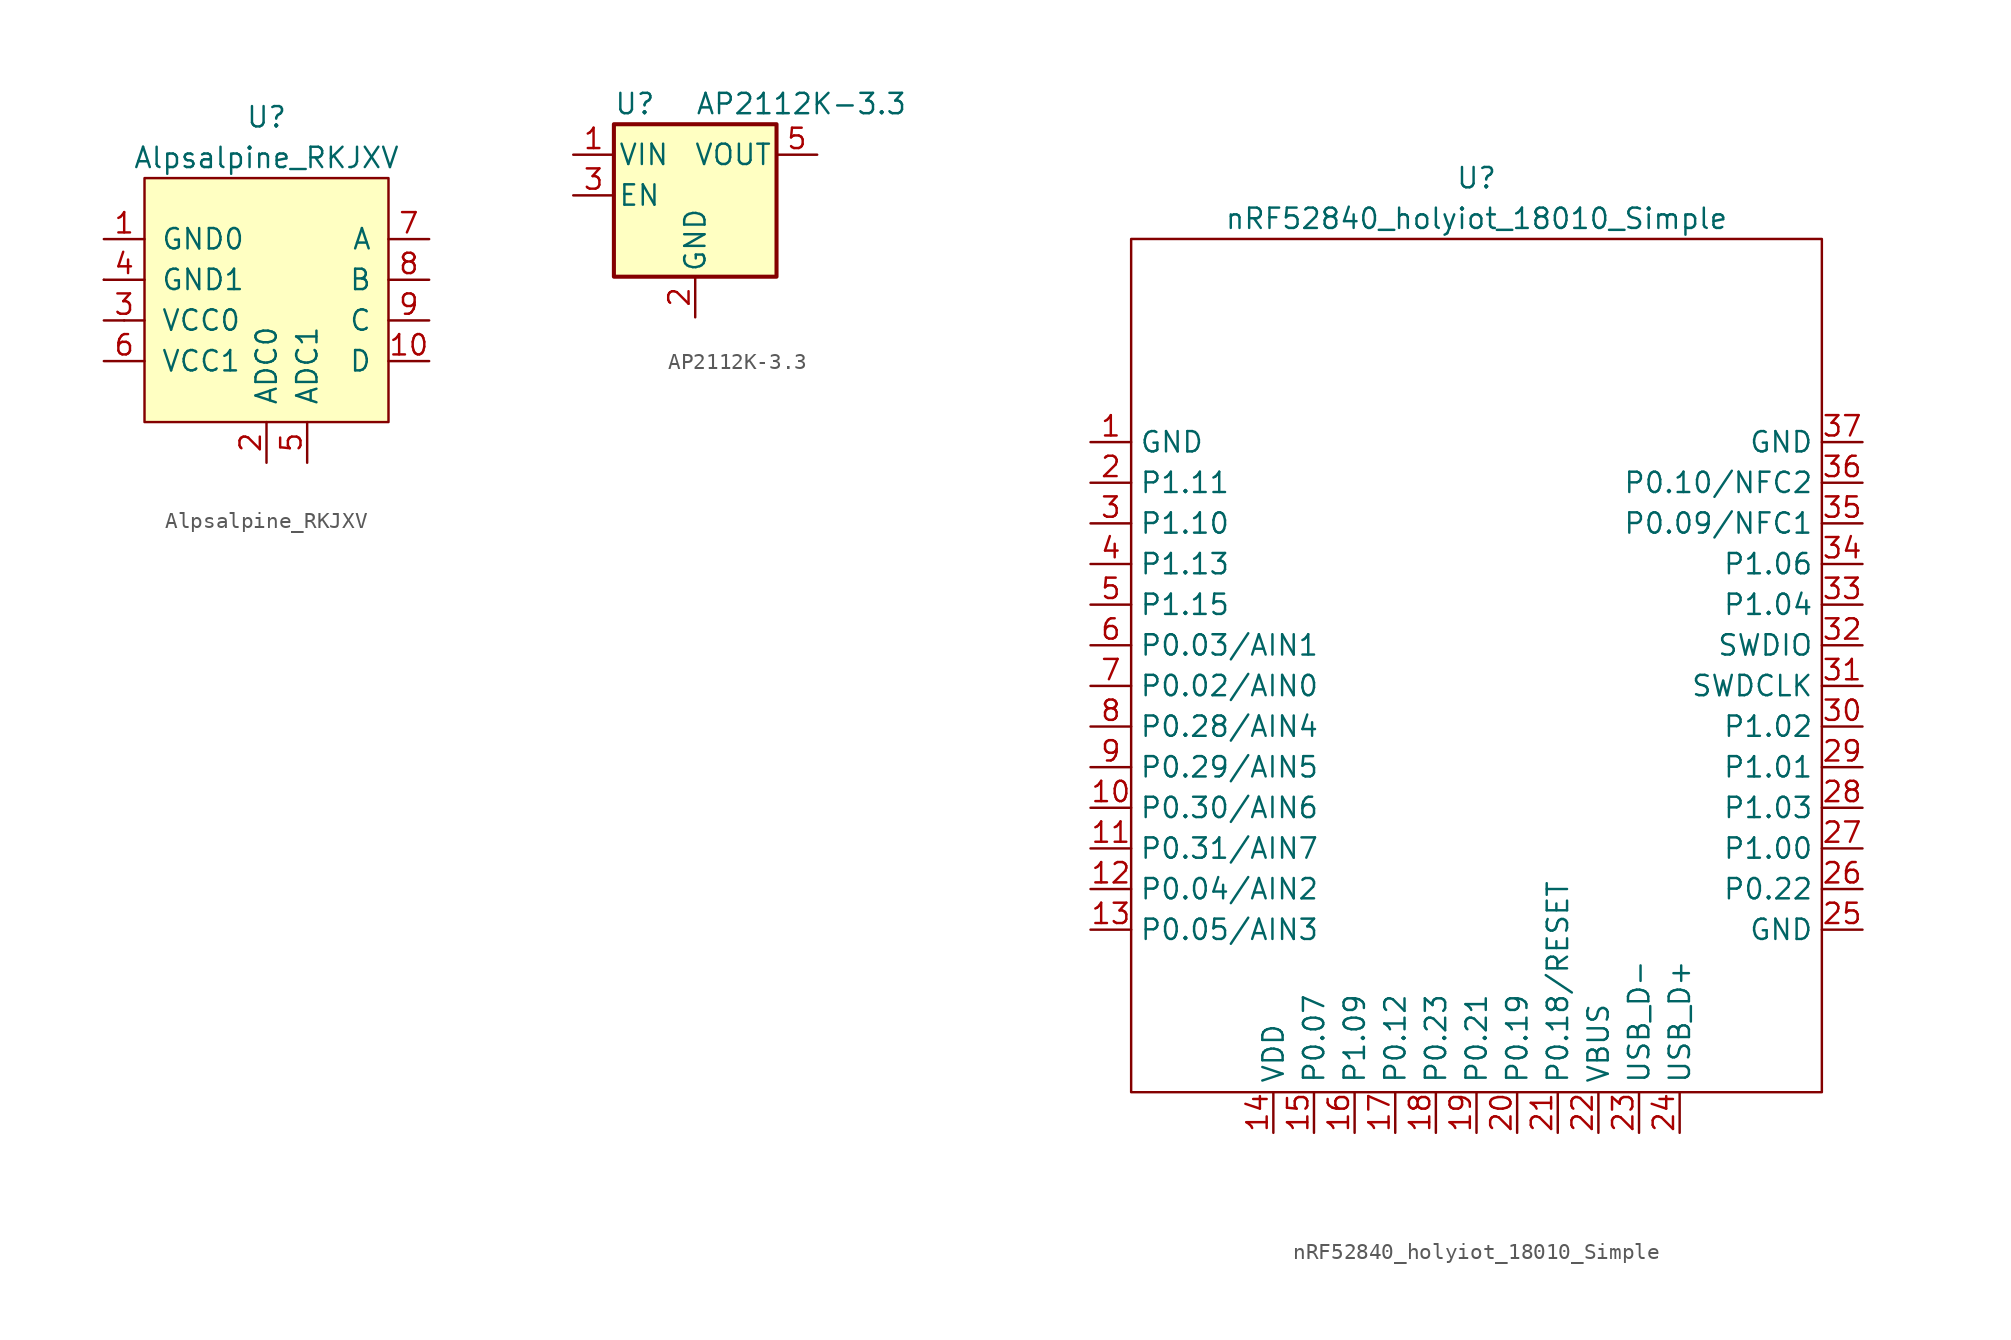
<source format=kicad_sym>
(kicad_symbol_lib
  (version 20241209)
  (generator "kicad_symbol_editor")
  (generator_version "9.0")
  (symbol "Alpsalpine_RKJXV"
    (pin_names
      (offset 1.016))
    (property "Reference" "U"
      (at 0 11.43 0)
      (effects (font (size 1.27 1.27))))
    (property "Value" "Alpsalpine_RKJXV"
      (at 0 8.89 0)
      (effects (font (size 1.27 1.27))))
    (symbol "Alpsalpine_RKJXV_0_0"
      (rectangle (start -7.62 7.62) (end 7.62 -7.62) (stroke (width 0) (type default)) (fill (type background))))
    (symbol "Alpsalpine_RKJXV_0_1"
      (polyline (pts (xy -10.16 1.27) (xy -10.16 1.27)) (stroke (width 0) (type default)) (fill (type none)))
      (polyline (pts (xy -8.89 -1.27) (xy -8.89 -1.27)) (stroke (width 0) (type default)) (fill (type none))))
    (symbol "Alpsalpine_RKJXV_1_1"
      (pin input line (at -10.16 3.81 0) (length 2.54) (name "GND0" (effects (font (size 1.27 1.27)))) (number "1" (effects (font (size 1.27 1.27)))))
      (pin input line (at -10.16 1.27 0) (length 2.54) (name "GND1" (effects (font (size 1.27 1.27)))) (number "4" (effects (font (size 1.27 1.27)))))
      (pin input line (at -10.16 -1.27 0) (length 2.54) (name "VCC0" (effects (font (size 1.27 1.27)))) (number "3" (effects (font (size 1.27 1.27)))))
      (pin input line (at -10.16 -3.81 0) (length 2.54) (name "VCC1" (effects (font (size 1.27 1.27)))) (number "6" (effects (font (size 1.27 1.27)))))
      (pin output line (at 0 -10.16 90) (length 2.54) (name "ADC0" (effects (font (size 1.27 1.27)))) (number "2" (effects (font (size 1.27 1.27)))))
      (pin output line (at 2.54 -10.16 90) (length 2.54) (name "ADC1" (effects (font (size 1.27 1.27)))) (number "5" (effects (font (size 1.27 1.27)))))
      (pin input line (at 10.16 3.81 180) (length 2.54) (name "A" (effects (font (size 1.27 1.27)))) (number "7" (effects (font (size 1.27 1.27)))))
      (pin input line (at 10.16 1.27 180) (length 2.54) (name "B" (effects (font (size 1.27 1.27)))) (number "8" (effects (font (size 1.27 1.27)))))
      (pin input line (at 10.16 -1.27 180) (length 2.54) (name "C" (effects (font (size 1.27 1.27)))) (number "9" (effects (font (size 1.27 1.27)))))
      (pin input line (at 10.16 -3.81 180) (length 2.54) (name "D" (effects (font (size 1.27 1.27)))) (number "10" (effects (font (size 1.27 1.27)))))))
  (symbol "AP2112K-3.3"
    (pin_names
      (offset 0.254))
    (property "Reference" "U"
      (at -5.08 5.715 0)
      (effects (font (size 1.27 1.27)) (justify left)))
    (property "Value" "AP2112K-3.3"
      (at 0 5.715 0)
      (effects (font (size 1.27 1.27)) (justify left)))
    (symbol "AP2112K-3.3_0_1"
      (rectangle (start -5.08 4.445) (end 5.08 -5.08) (stroke (width 0.254) (type default)) (fill (type background))))
    (symbol "AP2112K-3.3_1_1"
      (pin power_in line (at -7.62 2.54 0) (length 2.54) (name "VIN" (effects (font (size 1.27 1.27)))) (number "1" (effects (font (size 1.27 1.27)))))
      (pin input line (at -7.62 0 0) (length 2.54) (name "EN" (effects (font (size 1.27 1.27)))) (number "3" (effects (font (size 1.27 1.27)))))
      (pin power_in line (at 0 -7.62 90) (length 2.54) (name "GND" (effects (font (size 1.27 1.27)))) (number "2" (effects (font (size 1.27 1.27)))))
      (pin no_connect line (at 5.08 0 180) (length 2.54) (hide yes) (name "NC" (effects (font (size 1.27 1.27)))) (number "4" (effects (font (size 1.27 1.27)))))
      (pin power_out line (at 7.62 2.54 180) (length 2.54) (name "VOUT" (effects (font (size 1.27 1.27)))) (number "5" (effects (font (size 1.27 1.27)))))))
  (symbol "nRF52840_holyiot_18010_Simple"
    (property "Reference" "U"
      (at 0 31.75 0)
      (effects (font (size 1.27 1.27))))
    (property "Value" "nRF52840_holyiot_18010_Simple"
      (at 0 29.21 0)
      (effects (font (size 1.27 1.27))))
    (symbol "nRF52840_holyiot_18010_Simple_0_1"
      (rectangle (start -21.59 27.94) (end 21.59 -25.4) (stroke (width 0) (type default)) (fill (type none))))
    (symbol "nRF52840_holyiot_18010_Simple_1_1"
      (pin power_in line (at -24.13 15.24 0) (length 2.54) (name "GND" (effects (font (size 1.27 1.27)))) (number "1" (effects (font (size 1.27 1.27)))))
      (pin input line (at -24.13 12.7 0) (length 2.54) (name "P1.11" (effects (font (size 1.27 1.27)))) (number "2" (effects (font (size 1.27 1.27)))))
      (pin input line (at -24.13 10.16 0) (length 2.54) (name "P1.10" (effects (font (size 1.27 1.27)))) (number "3" (effects (font (size 1.27 1.27)))))
      (pin input line (at -24.13 7.62 0) (length 2.54) (name "P1.13" (effects (font (size 1.27 1.27)))) (number "4" (effects (font (size 1.27 1.27)))))
      (pin input line (at -24.13 5.08 0) (length 2.54) (name "P1.15" (effects (font (size 1.27 1.27)))) (number "5" (effects (font (size 1.27 1.27)))))
      (pin input line (at -24.13 2.54 0) (length 2.54) (name "P0.03/AIN1" (effects (font (size 1.27 1.27)))) (number "6" (effects (font (size 1.27 1.27)))))
      (pin input line (at -24.13 0 0) (length 2.54) (name "P0.02/AIN0" (effects (font (size 1.27 1.27)))) (number "7" (effects (font (size 1.27 1.27)))))
      (pin input line (at -24.13 -2.54 0) (length 2.54) (name "P0.28/AIN4" (effects (font (size 1.27 1.27)))) (number "8" (effects (font (size 1.27 1.27)))))
      (pin input line (at -24.13 -5.08 0) (length 2.54) (name "P0.29/AIN5" (effects (font (size 1.27 1.27)))) (number "9" (effects (font (size 1.27 1.27)))))
      (pin input line (at -24.13 -7.62 0) (length 2.54) (name "P0.30/AIN6" (effects (font (size 1.27 1.27)))) (number "10" (effects (font (size 1.27 1.27)))))
      (pin input line (at -24.13 -10.16 0) (length 2.54) (name "P0.31/AIN7" (effects (font (size 1.27 1.27)))) (number "11" (effects (font (size 1.27 1.27)))))
      (pin input line (at -24.13 -12.7 0) (length 2.54) (name "P0.04/AIN2" (effects (font (size 1.27 1.27)))) (number "12" (effects (font (size 1.27 1.27)))))
      (pin input line (at -24.13 -15.24 0) (length 2.54) (name "P0.05/AIN3" (effects (font (size 1.27 1.27)))) (number "13" (effects (font (size 1.27 1.27)))))
      (pin power_in line (at -12.7 -27.94 90) (length 2.54) (name "VDD" (effects (font (size 1.27 1.27)))) (number "14" (effects (font (size 1.27 1.27)))))
      (pin input line (at -10.16 -27.94 90) (length 2.54) (name "P0.07" (effects (font (size 1.27 1.27)))) (number "15" (effects (font (size 1.27 1.27)))))
      (pin input line (at -7.62 -27.94 90) (length 2.54) (name "P1.09" (effects (font (size 1.27 1.27)))) (number "16" (effects (font (size 1.27 1.27)))))
      (pin input line (at -5.08 -27.94 90) (length 2.54) (name "P0.12" (effects (font (size 1.27 1.27)))) (number "17" (effects (font (size 1.27 1.27)))))
      (pin input line (at -2.54 -27.94 90) (length 2.54) (name "P0.23" (effects (font (size 1.27 1.27)))) (number "18" (effects (font (size 1.27 1.27)))))
      (pin input line (at 0 -27.94 90) (length 2.54) (name "P0.21" (effects (font (size 1.27 1.27)))) (number "19" (effects (font (size 1.27 1.27)))))
      (pin input line (at 2.54 -27.94 90) (length 2.54) (name "P0.19" (effects (font (size 1.27 1.27)))) (number "20" (effects (font (size 1.27 1.27)))))
      (pin input line (at 5.08 -27.94 90) (length 2.54) (name "P0.18/RESET" (effects (font (size 1.27 1.27)))) (number "21" (effects (font (size 1.27 1.27)))))
      (pin power_in line (at 7.62 -27.94 90) (length 2.54) (name "VBUS" (effects (font (size 1.27 1.27)))) (number "22" (effects (font (size 1.27 1.27)))))
      (pin input line (at 10.16 -27.94 90) (length 2.54) (name "USB_D-" (effects (font (size 1.27 1.27)))) (number "23" (effects (font (size 1.27 1.27)))))
      (pin input line (at 12.7 -27.94 90) (length 2.54) (name "USB_D+" (effects (font (size 1.27 1.27)))) (number "24" (effects (font (size 1.27 1.27)))))
      (pin power_in line (at 24.13 15.24 180) (length 2.54) (name "GND" (effects (font (size 1.27 1.27)))) (number "37" (effects (font (size 1.27 1.27)))))
      (pin input line (at 24.13 12.7 180) (length 2.54) (name "P0.10/NFC2" (effects (font (size 1.27 1.27)))) (number "36" (effects (font (size 1.27 1.27)))))
      (pin input line (at 24.13 10.16 180) (length 2.54) (name "P0.09/NFC1" (effects (font (size 1.27 1.27)))) (number "35" (effects (font (size 1.27 1.27)))))
      (pin input line (at 24.13 7.62 180) (length 2.54) (name "P1.06" (effects (font (size 1.27 1.27)))) (number "34" (effects (font (size 1.27 1.27)))))
      (pin input line (at 24.13 5.08 180) (length 2.54) (name "P1.04" (effects (font (size 1.27 1.27)))) (number "33" (effects (font (size 1.27 1.27)))))
      (pin input line (at 24.13 2.54 180) (length 2.54) (name "SWDIO" (effects (font (size 1.27 1.27)))) (number "32" (effects (font (size 1.27 1.27)))))
      (pin input line (at 24.13 0 180) (length 2.54) (name "SWDCLK" (effects (font (size 1.27 1.27)))) (number "31" (effects (font (size 1.27 1.27)))))
      (pin input line (at 24.13 -2.54 180) (length 2.54) (name "P1.02" (effects (font (size 1.27 1.27)))) (number "30" (effects (font (size 1.27 1.27)))))
      (pin input line (at 24.13 -5.08 180) (length 2.54) (name "P1.01" (effects (font (size 1.27 1.27)))) (number "29" (effects (font (size 1.27 1.27)))))
      (pin input line (at 24.13 -7.62 180) (length 2.54) (name "P1.03" (effects (font (size 1.27 1.27)))) (number "28" (effects (font (size 1.27 1.27)))))
      (pin input line (at 24.13 -10.16 180) (length 2.54) (name "P1.00" (effects (font (size 1.27 1.27)))) (number "27" (effects (font (size 1.27 1.27)))))
      (pin input line (at 24.13 -12.7 180) (length 2.54) (name "P0.22" (effects (font (size 1.27 1.27)))) (number "26" (effects (font (size 1.27 1.27)))))
      (pin power_in line (at 24.13 -15.24 180) (length 2.54) (name "GND" (effects (font (size 1.27 1.27)))) (number "25" (effects (font (size 1.27 1.27))))))))
</source>
